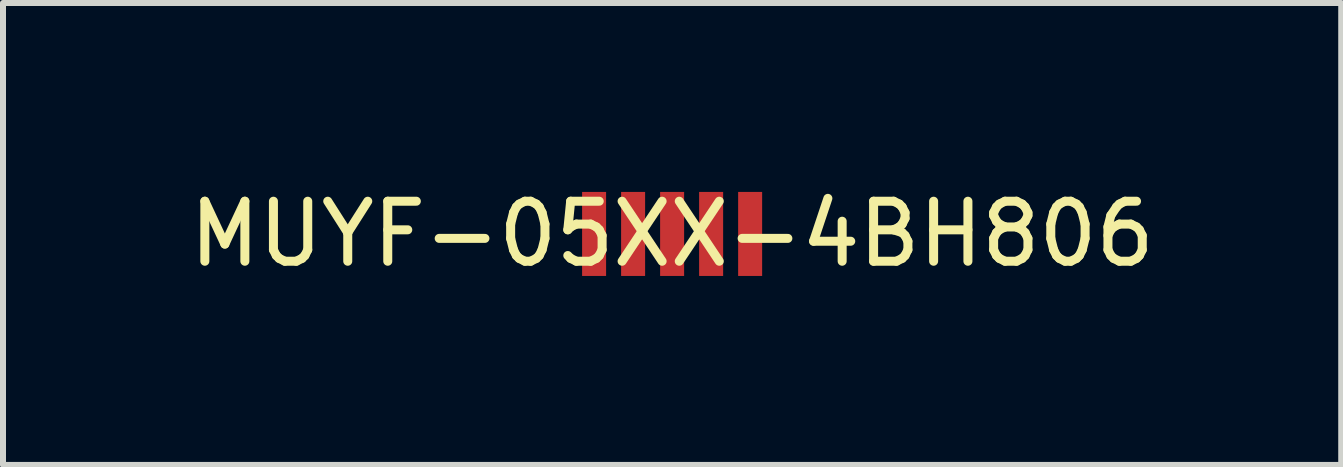
<source format=kicad_pcb>
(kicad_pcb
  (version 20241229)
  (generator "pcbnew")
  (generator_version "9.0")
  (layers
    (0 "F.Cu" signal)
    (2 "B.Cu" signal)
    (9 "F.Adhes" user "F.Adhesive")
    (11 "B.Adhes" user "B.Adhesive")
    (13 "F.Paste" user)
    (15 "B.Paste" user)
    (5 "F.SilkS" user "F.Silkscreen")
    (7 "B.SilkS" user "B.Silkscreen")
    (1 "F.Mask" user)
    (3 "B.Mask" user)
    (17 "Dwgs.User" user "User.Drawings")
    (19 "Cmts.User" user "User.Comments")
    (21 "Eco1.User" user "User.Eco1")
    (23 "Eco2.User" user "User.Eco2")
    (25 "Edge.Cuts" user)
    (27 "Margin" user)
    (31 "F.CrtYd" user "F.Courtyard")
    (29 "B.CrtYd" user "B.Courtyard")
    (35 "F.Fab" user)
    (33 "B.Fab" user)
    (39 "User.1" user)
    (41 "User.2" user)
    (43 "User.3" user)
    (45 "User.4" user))
  (footprint "MUYF-05XX-4BH806"
    (layer "F.Cu")
    (at 8.149 0.848)
    (property "Reference" "MUYF-05XX-4BH806" (at 0 0 0) (layer "F.SilkS") (effects (font (size 1 1) (thickness 0.15))))
    (attr through_hole)
    (pad "1" smd rect (at -1.3 0 180) (size 0.4 1.4) (layers "F.Cu" "F.Mask" "F.Paste"))
    (pad "2" smd rect (at -0.65 0 180) (size 0.4 1.4) (layers "F.Cu" "F.Mask" "F.Paste"))
    (pad "3" smd rect (at 0 0 180) (size 0.4 1.4) (layers "F.Cu" "F.Mask" "F.Paste"))
    (pad "4" smd rect (at 0.65 0 180) (size 0.4 1.4) (layers "F.Cu" "F.Mask" "F.Paste"))
    (pad "5" smd rect (at 1.3 0 180) (size 0.4 1.4) (layers "F.Cu" "F.Mask" "F.Paste")))
  (gr_rect
    (start -3 -3)
    (end 19.298 4.697)
    (stroke (width 0.1) (type default))
    (fill no)
    (layer "Edge.Cuts")))
</source>
